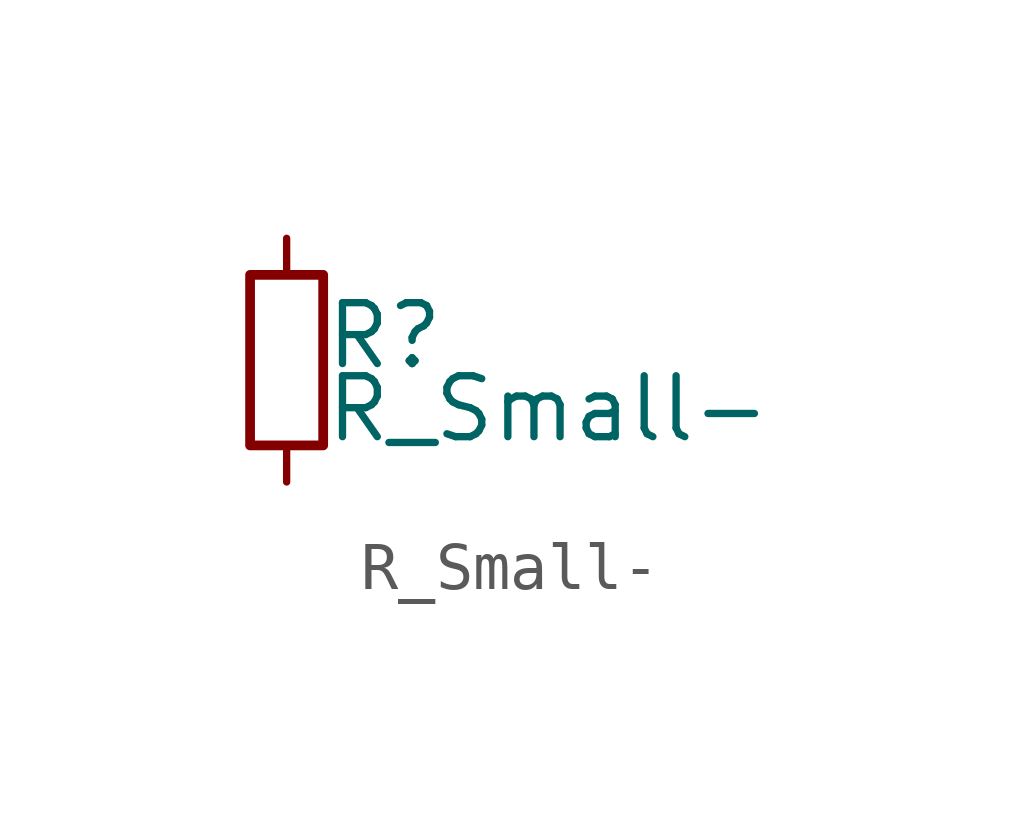
<source format=kicad_sym>
(kicad_symbol_lib
  (version 20231120)
  (generator "kicad_symbol_editor")
  (generator_version "8.0")
  (symbol "R_Small-"
    (pin_numbers hide)
    (pin_names
      (offset 0.254) hide)
    (property "Reference" "R"
      (at 0.762 0.508 0)
      (effects (font (size 1.27 1.27)) (justify left)))
    (property "Value" "R_Small-"
      (at 0.762 -1.016 0)
      (effects (font (size 1.27 1.27)) (justify left)))
    (symbol "R_Small-_0_1"
      (rectangle (start -0.762 1.778) (end 0.762 -1.778) (stroke (width 0.203) (type solid)) (fill (type none))))
    (symbol "R_Small-_1_1"
      (pin passive line (at 0 2.54 270) (length 0.762) (name "~" (effects (font (size 1.27 1.27)))) (number "1" (effects (font (size 1.27 1.27)))))
      (pin passive line (at 0 -2.54 90) (length 0.762) (name "~" (effects (font (size 1.27 1.27)))) (number "2" (effects (font (size 1.27 1.27))))))))
</source>
